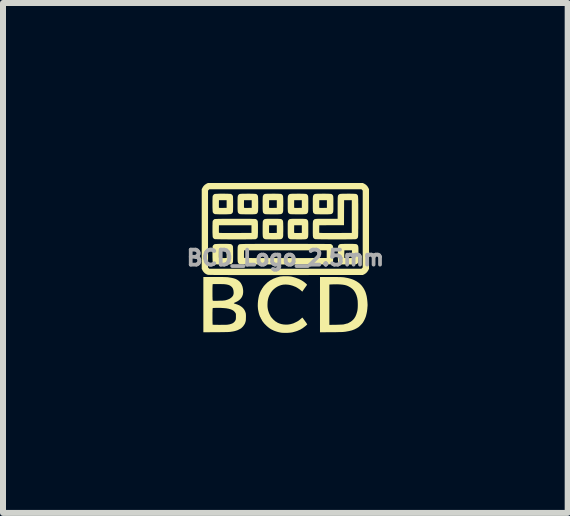
<source format=kicad_pcb>
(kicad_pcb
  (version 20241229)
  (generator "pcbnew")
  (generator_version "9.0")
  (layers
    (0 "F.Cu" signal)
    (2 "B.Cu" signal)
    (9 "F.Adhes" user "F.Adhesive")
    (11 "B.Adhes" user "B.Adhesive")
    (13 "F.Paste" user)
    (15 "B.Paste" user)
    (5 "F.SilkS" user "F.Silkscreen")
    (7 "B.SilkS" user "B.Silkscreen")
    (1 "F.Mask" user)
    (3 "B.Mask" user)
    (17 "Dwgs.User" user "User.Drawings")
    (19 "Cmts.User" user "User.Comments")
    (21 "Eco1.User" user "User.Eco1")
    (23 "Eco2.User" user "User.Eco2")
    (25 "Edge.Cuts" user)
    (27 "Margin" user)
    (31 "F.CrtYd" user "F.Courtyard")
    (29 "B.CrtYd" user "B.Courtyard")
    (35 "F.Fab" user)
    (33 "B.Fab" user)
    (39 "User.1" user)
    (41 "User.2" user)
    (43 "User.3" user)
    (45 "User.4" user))
  (footprint "BCD_Logo_2.5mm"
    (layer "F.Cu")
    (at 1.706 1.248)
    (property "Reference" "BCD_Logo_2.5mm" (at 0 0 0) (layer "F.Fab") (effects (font (size 0.25 0.25) (thickness 0.3))))
    (attr board_only exclude_from_pos_files exclude_from_bom)
    (fp_poly (pts (xy 1.314 -1.237) (xy 1.341 -1.22) (xy 1.364 -1.198) (xy 1.381 -1.171) (xy 1.382 -1.169) (xy 1.394 -1.146) (xy 1.394 0.183) (xy 1.382 0.206) (xy 1.365 0.232) (xy 1.343 0.255) (xy 1.316 0.273) (xy 1.314 0.274) (xy 1.291 0.285) (xy 0.007 0.286) (xy -0.111 0.286) (xy -0.222 0.286) (xy -0.327 0.286) (xy -0.425 0.286) (xy -0.516 0.286) (xy -0.602 0.286) (xy -0.681 0.286) (xy -0.755 0.286) (xy -0.823 0.286) (xy -0.885 0.286) (xy -0.943 0.286) (xy -0.995 0.285) (xy -1.042 0.285) (xy -1.085 0.285) (xy -1.123 0.285) (xy -1.156 0.285) (xy -1.186 0.285) (xy -1.211 0.284) (xy -1.233 0.284) (xy -1.251 0.284) (xy -1.266 0.283) (xy -1.277 0.283) (xy -1.285 0.283) (xy -1.29 0.282) (xy -1.293 0.282) (xy -1.32 0.271) (xy -1.344 0.255) (xy -1.365 0.233) (xy -1.382 0.207) (xy -1.382 0.205) (xy -1.394 0.183) (xy -1.394 0.159) (xy -1.289 0.159) (xy -1.267 0.181) (xy 1.267 0.181) (xy 1.289 0.159) (xy 1.289 -1.122) (xy 1.267 -1.144) (xy -1.267 -1.144) (xy -1.289 -1.122) (xy -1.289 0.159) (xy -1.394 0.159) (xy -1.394 -1.146) (xy -1.382 -1.169) (xy -1.365 -1.196) (xy -1.343 -1.218) (xy -1.316 -1.236) (xy -1.314 -1.237) (xy -1.291 -1.248) (xy 1.291 -1.248)) (stroke (width 0) (type solid)) (fill yes) (layer "F.SilkS"))
    (fp_poly (pts (xy -1.011 -1.07) (xy -0.984 -1.069) (xy -0.96 -1.069) (xy -0.939 -1.068) (xy -0.922 -1.067) (xy -0.91 -1.066) (xy -0.906 -1.065) (xy -0.89 -1.054) (xy -0.878 -1.038) (xy -0.875 -1.033) (xy -0.874 -1.027) (xy -0.873 -1.014) (xy -0.872 -0.997) (xy -0.872 -0.975) (xy -0.871 -0.951) (xy -0.871 -0.924) (xy -0.871 -0.897) (xy -0.871 -0.869) (xy -0.871 -0.843) (xy -0.872 -0.818) (xy -0.872 -0.797) (xy -0.873 -0.78) (xy -0.874 -0.768) (xy -0.875 -0.762) (xy -0.886 -0.745) (xy -0.901 -0.733) (xy -0.906 -0.731) (xy -0.913 -0.73) (xy -0.926 -0.729) (xy -0.944 -0.728) (xy -0.965 -0.727) (xy -0.99 -0.726) (xy -1.017 -0.726) (xy -1.045 -0.726) (xy -1.072 -0.726) (xy -1.099 -0.726) (xy -1.123 -0.727) (xy -1.145 -0.728) (xy -1.162 -0.728) (xy -1.174 -0.73) (xy -1.18 -0.731) (xy -1.197 -0.742) (xy -1.208 -0.758) (xy -1.21 -0.761) (xy -1.211 -0.768) (xy -1.212 -0.781) (xy -1.213 -0.799) (xy -1.214 -0.82) (xy -1.215 -0.845) (xy -1.215 -0.872) (xy -1.215 -0.881) (xy -1.108 -0.881) (xy -1.108 -0.863) (xy -1.108 -0.849) (xy -1.107 -0.84) (xy -1.107 -0.837) (xy -1.105 -0.835) (xy -1.099 -0.834) (xy -1.089 -0.833) (xy -1.075 -0.833) (xy -1.054 -0.833) (xy -1.042 -0.833) (xy -0.979 -0.834) (xy -0.979 -0.962) (xy -1.107 -0.962) (xy -1.108 -0.901) (xy -1.108 -0.881) (xy -1.215 -0.881) (xy -1.215 -0.9) (xy -1.215 -0.927) (xy -1.215 -0.954) (xy -1.214 -0.978) (xy -1.214 -0.999) (xy -1.213 -1.016) (xy -1.212 -1.028) (xy -1.211 -1.033) (xy -1.2 -1.05) (xy -1.185 -1.062) (xy -1.18 -1.065) (xy -1.173 -1.066) (xy -1.159 -1.067) (xy -1.141 -1.068) (xy -1.119 -1.069) (xy -1.094 -1.07) (xy -1.067 -1.07) (xy -1.039 -1.07)) (stroke (width 0) (type solid)) (fill yes) (layer "F.SilkS"))
    (fp_poly (pts (xy -1.011 -0.234) (xy -0.984 -0.234) (xy -0.96 -0.233) (xy -0.939 -0.232) (xy -0.922 -0.231) (xy -0.91 -0.23) (xy -0.906 -0.229) (xy -0.89 -0.218) (xy -0.878 -0.202) (xy -0.875 -0.197) (xy -0.874 -0.191) (xy -0.873 -0.178) (xy -0.872 -0.161) (xy -0.872 -0.139) (xy -0.871 -0.115) (xy -0.871 -0.088) (xy -0.871 -0.061) (xy -0.871 -0.033) (xy -0.871 -0.007) (xy -0.872 0.017) (xy -0.872 0.039) (xy -0.873 0.056) (xy -0.874 0.068) (xy -0.875 0.073) (xy -0.886 0.09) (xy -0.901 0.102) (xy -0.906 0.105) (xy -0.913 0.106) (xy -0.926 0.107) (xy -0.944 0.108) (xy -0.965 0.109) (xy -0.99 0.109) (xy -1.017 0.11) (xy -1.045 0.11) (xy -1.072 0.11) (xy -1.099 0.109) (xy -1.123 0.109) (xy -1.145 0.108) (xy -1.162 0.107) (xy -1.174 0.106) (xy -1.18 0.105) (xy -1.197 0.094) (xy -1.208 0.078) (xy -1.21 0.075) (xy -1.211 0.068) (xy -1.212 0.055) (xy -1.213 0.037) (xy -1.214 0.015) (xy -1.215 -0.009) (xy -1.215 -0.036) (xy -1.215 -0.045) (xy -1.108 -0.045) (xy -1.108 -0.028) (xy -1.108 -0.013) (xy -1.107 -0.004) (xy -1.107 -0.001) (xy -1.105 0.001) (xy -1.099 0.002) (xy -1.089 0.003) (xy -1.075 0.003) (xy -1.054 0.003) (xy -1.042 0.003) (xy -0.979 0.002) (xy -0.979 -0.126) (xy -1.107 -0.126) (xy -1.108 -0.066) (xy -1.108 -0.045) (xy -1.215 -0.045) (xy -1.215 -0.064) (xy -1.215 -0.092) (xy -1.215 -0.118) (xy -1.214 -0.142) (xy -1.214 -0.164) (xy -1.213 -0.181) (xy -1.212 -0.192) (xy -1.211 -0.197) (xy -1.2 -0.214) (xy -1.185 -0.226) (xy -1.18 -0.229) (xy -1.173 -0.23) (xy -1.159 -0.231) (xy -1.141 -0.232) (xy -1.119 -0.233) (xy -1.094 -0.234) (xy -1.067 -0.234) (xy -1.039 -0.234)) (stroke (width 0) (type solid)) (fill yes) (layer "F.SilkS"))
    (fp_poly (pts (xy -0.59 -1.07) (xy -0.561 -1.069) (xy -0.538 -1.069) (xy -0.519 -1.068) (xy -0.505 -1.067) (xy -0.494 -1.066) (xy -0.486 -1.064) (xy -0.48 -1.061) (xy -0.475 -1.057) (xy -0.471 -1.053) (xy -0.469 -1.051) (xy -0.465 -1.046) (xy -0.462 -1.042) (xy -0.459 -1.036) (xy -0.457 -1.028) (xy -0.456 -1.019) (xy -0.455 -1.006) (xy -0.454 -0.989) (xy -0.454 -0.968) (xy -0.453 -0.941) (xy -0.453 -0.909) (xy -0.453 -0.898) (xy -0.453 -0.863) (xy -0.453 -0.835) (xy -0.454 -0.812) (xy -0.454 -0.794) (xy -0.455 -0.78) (xy -0.457 -0.77) (xy -0.459 -0.762) (xy -0.461 -0.756) (xy -0.464 -0.751) (xy -0.468 -0.746) (xy -0.469 -0.744) (xy -0.473 -0.74) (xy -0.478 -0.736) (xy -0.483 -0.733) (xy -0.491 -0.731) (xy -0.5 -0.729) (xy -0.513 -0.728) (xy -0.529 -0.727) (xy -0.551 -0.726) (xy -0.577 -0.726) (xy -0.61 -0.726) (xy -0.626 -0.726) (xy -0.664 -0.726) (xy -0.696 -0.727) (xy -0.721 -0.727) (xy -0.739 -0.728) (xy -0.753 -0.729) (xy -0.76 -0.73) (xy -0.762 -0.731) (xy -0.772 -0.737) (xy -0.779 -0.742) (xy -0.784 -0.746) (xy -0.787 -0.751) (xy -0.79 -0.757) (xy -0.792 -0.764) (xy -0.794 -0.774) (xy -0.795 -0.787) (xy -0.796 -0.804) (xy -0.797 -0.825) (xy -0.797 -0.852) (xy -0.797 -0.881) (xy -0.69 -0.881) (xy -0.69 -0.863) (xy -0.69 -0.849) (xy -0.689 -0.84) (xy -0.689 -0.837) (xy -0.687 -0.835) (xy -0.681 -0.834) (xy -0.672 -0.833) (xy -0.657 -0.833) (xy -0.636 -0.833) (xy -0.624 -0.833) (xy -0.561 -0.834) (xy -0.561 -0.962) (xy -0.689 -0.962) (xy -0.69 -0.901) (xy -0.69 -0.881) (xy -0.797 -0.881) (xy -0.797 -0.886) (xy -0.797 -0.898) (xy -0.797 -0.933) (xy -0.797 -0.961) (xy -0.796 -0.984) (xy -0.796 -1.002) (xy -0.795 -1.015) (xy -0.793 -1.026) (xy -0.792 -1.034) (xy -0.789 -1.04) (xy -0.786 -1.045) (xy -0.782 -1.05) (xy -0.781 -1.051) (xy -0.777 -1.056) (xy -0.772 -1.06) (xy -0.767 -1.063) (xy -0.759 -1.065) (xy -0.75 -1.067) (xy -0.737 -1.068) (xy -0.72 -1.069) (xy -0.699 -1.069) (xy -0.672 -1.069) (xy -0.639 -1.07) (xy -0.625 -1.07)) (stroke (width 0) (type solid)) (fill yes) (layer "F.SilkS"))
    (fp_poly (pts (xy -0.172 -1.07) (xy -0.143 -1.069) (xy -0.12 -1.069) (xy -0.101 -1.068) (xy -0.087 -1.067) (xy -0.076 -1.066) (xy -0.068 -1.064) (xy -0.062 -1.061) (xy -0.057 -1.057) (xy -0.053 -1.053) (xy -0.051 -1.051) (xy -0.047 -1.046) (xy -0.044 -1.042) (xy -0.041 -1.036) (xy -0.039 -1.028) (xy -0.038 -1.019) (xy -0.037 -1.006) (xy -0.036 -0.989) (xy -0.036 -0.968) (xy -0.035 -0.941) (xy -0.035 -0.909) (xy -0.035 -0.898) (xy -0.035 -0.863) (xy -0.036 -0.835) (xy -0.036 -0.812) (xy -0.036 -0.794) (xy -0.037 -0.78) (xy -0.039 -0.77) (xy -0.041 -0.762) (xy -0.043 -0.756) (xy -0.046 -0.751) (xy -0.05 -0.746) (xy -0.051 -0.744) (xy -0.055 -0.74) (xy -0.06 -0.736) (xy -0.066 -0.733) (xy -0.073 -0.731) (xy -0.082 -0.729) (xy -0.095 -0.728) (xy -0.112 -0.727) (xy -0.133 -0.726) (xy -0.159 -0.726) (xy -0.192 -0.726) (xy -0.208 -0.726) (xy -0.247 -0.726) (xy -0.278 -0.727) (xy -0.303 -0.727) (xy -0.321 -0.728) (xy -0.335 -0.729) (xy -0.342 -0.73) (xy -0.344 -0.731) (xy -0.354 -0.737) (xy -0.361 -0.742) (xy -0.366 -0.746) (xy -0.369 -0.751) (xy -0.372 -0.757) (xy -0.374 -0.764) (xy -0.376 -0.774) (xy -0.377 -0.787) (xy -0.378 -0.804) (xy -0.379 -0.825) (xy -0.379 -0.852) (xy -0.379 -0.881) (xy -0.272 -0.881) (xy -0.272 -0.863) (xy -0.272 -0.849) (xy -0.272 -0.84) (xy -0.271 -0.837) (xy -0.269 -0.835) (xy -0.263 -0.834) (xy -0.254 -0.833) (xy -0.239 -0.833) (xy -0.218 -0.833) (xy -0.206 -0.833) (xy -0.143 -0.834) (xy -0.143 -0.962) (xy -0.271 -0.962) (xy -0.272 -0.901) (xy -0.272 -0.881) (xy -0.379 -0.881) (xy -0.379 -0.886) (xy -0.379 -0.898) (xy -0.379 -0.933) (xy -0.379 -0.961) (xy -0.378 -0.984) (xy -0.378 -1.002) (xy -0.377 -1.015) (xy -0.376 -1.026) (xy -0.374 -1.034) (xy -0.371 -1.04) (xy -0.368 -1.045) (xy -0.364 -1.05) (xy -0.363 -1.051) (xy -0.359 -1.056) (xy -0.354 -1.06) (xy -0.349 -1.063) (xy -0.341 -1.065) (xy -0.332 -1.067) (xy -0.319 -1.068) (xy -0.302 -1.069) (xy -0.281 -1.069) (xy -0.254 -1.069) (xy -0.221 -1.07) (xy -0.207 -1.07)) (stroke (width 0) (type solid)) (fill yes) (layer "F.SilkS"))
    (fp_poly (pts (xy -0.172 -0.652) (xy -0.143 -0.651) (xy -0.12 -0.651) (xy -0.101 -0.65) (xy -0.087 -0.649) (xy -0.076 -0.648) (xy -0.068 -0.646) (xy -0.062 -0.643) (xy -0.057 -0.639) (xy -0.053 -0.635) (xy -0.051 -0.633) (xy -0.047 -0.629) (xy -0.044 -0.624) (xy -0.041 -0.618) (xy -0.039 -0.611) (xy -0.038 -0.601) (xy -0.037 -0.588) (xy -0.036 -0.571) (xy -0.036 -0.55) (xy -0.035 -0.524) (xy -0.035 -0.491) (xy -0.035 -0.48) (xy -0.035 -0.445) (xy -0.036 -0.417) (xy -0.036 -0.394) (xy -0.036 -0.376) (xy -0.037 -0.362) (xy -0.039 -0.352) (xy -0.041 -0.344) (xy -0.043 -0.338) (xy -0.046 -0.333) (xy -0.05 -0.328) (xy -0.051 -0.326) (xy -0.055 -0.322) (xy -0.06 -0.318) (xy -0.066 -0.315) (xy -0.073 -0.313) (xy -0.082 -0.311) (xy -0.095 -0.31) (xy -0.112 -0.309) (xy -0.133 -0.309) (xy -0.159 -0.308) (xy -0.192 -0.308) (xy -0.208 -0.308) (xy -0.247 -0.309) (xy -0.278 -0.309) (xy -0.303 -0.309) (xy -0.321 -0.31) (xy -0.335 -0.311) (xy -0.342 -0.312) (xy -0.344 -0.313) (xy -0.354 -0.319) (xy -0.361 -0.324) (xy -0.366 -0.328) (xy -0.369 -0.333) (xy -0.372 -0.339) (xy -0.374 -0.346) (xy -0.376 -0.356) (xy -0.377 -0.369) (xy -0.378 -0.386) (xy -0.379 -0.408) (xy -0.379 -0.435) (xy -0.379 -0.463) (xy -0.272 -0.463) (xy -0.272 -0.446) (xy -0.272 -0.431) (xy -0.272 -0.422) (xy -0.271 -0.419) (xy -0.269 -0.417) (xy -0.263 -0.416) (xy -0.254 -0.415) (xy -0.239 -0.415) (xy -0.218 -0.415) (xy -0.206 -0.415) (xy -0.143 -0.416) (xy -0.143 -0.544) (xy -0.271 -0.544) (xy -0.272 -0.484) (xy -0.272 -0.463) (xy -0.379 -0.463) (xy -0.379 -0.468) (xy -0.379 -0.48) (xy -0.379 -0.515) (xy -0.379 -0.543) (xy -0.378 -0.566) (xy -0.378 -0.584) (xy -0.377 -0.598) (xy -0.376 -0.608) (xy -0.374 -0.616) (xy -0.371 -0.622) (xy -0.368 -0.627) (xy -0.364 -0.632) (xy -0.363 -0.633) (xy -0.359 -0.638) (xy -0.354 -0.642) (xy -0.349 -0.645) (xy -0.341 -0.647) (xy -0.332 -0.649) (xy -0.319 -0.65) (xy -0.302 -0.651) (xy -0.281 -0.651) (xy -0.254 -0.652) (xy -0.221 -0.652) (xy -0.207 -0.652)) (stroke (width 0) (type solid)) (fill yes) (layer "F.SilkS"))
    (fp_poly (pts (xy 0.246 -1.07) (xy 0.275 -1.069) (xy 0.298 -1.069) (xy 0.317 -1.068) (xy 0.331 -1.067) (xy 0.342 -1.066) (xy 0.35 -1.064) (xy 0.356 -1.061) (xy 0.361 -1.057) (xy 0.365 -1.053) (xy 0.367 -1.051) (xy 0.371 -1.046) (xy 0.374 -1.042) (xy 0.377 -1.036) (xy 0.379 -1.028) (xy 0.38 -1.019) (xy 0.381 -1.006) (xy 0.382 -0.989) (xy 0.382 -0.968) (xy 0.382 -0.941) (xy 0.382 -0.909) (xy 0.382 -0.898) (xy 0.382 -0.863) (xy 0.382 -0.835) (xy 0.382 -0.812) (xy 0.381 -0.794) (xy 0.38 -0.78) (xy 0.379 -0.77) (xy 0.377 -0.762) (xy 0.375 -0.756) (xy 0.372 -0.751) (xy 0.368 -0.746) (xy 0.367 -0.744) (xy 0.362 -0.74) (xy 0.358 -0.736) (xy 0.352 -0.733) (xy 0.345 -0.731) (xy 0.336 -0.729) (xy 0.323 -0.728) (xy 0.306 -0.727) (xy 0.285 -0.726) (xy 0.259 -0.726) (xy 0.226 -0.726) (xy 0.209 -0.726) (xy 0.171 -0.726) (xy 0.14 -0.727) (xy 0.115 -0.727) (xy 0.096 -0.728) (xy 0.083 -0.729) (xy 0.076 -0.73) (xy 0.074 -0.731) (xy 0.064 -0.737) (xy 0.057 -0.742) (xy 0.052 -0.746) (xy 0.049 -0.751) (xy 0.046 -0.757) (xy 0.043 -0.764) (xy 0.042 -0.774) (xy 0.041 -0.787) (xy 0.04 -0.804) (xy 0.039 -0.825) (xy 0.039 -0.852) (xy 0.039 -0.881) (xy 0.146 -0.881) (xy 0.146 -0.863) (xy 0.146 -0.849) (xy 0.146 -0.84) (xy 0.147 -0.837) (xy 0.149 -0.835) (xy 0.154 -0.834) (xy 0.164 -0.833) (xy 0.179 -0.833) (xy 0.2 -0.833) (xy 0.212 -0.833) (xy 0.274 -0.834) (xy 0.274 -0.962) (xy 0.147 -0.962) (xy 0.146 -0.901) (xy 0.146 -0.881) (xy 0.039 -0.881) (xy 0.039 -0.886) (xy 0.039 -0.898) (xy 0.039 -0.933) (xy 0.039 -0.961) (xy 0.039 -0.984) (xy 0.04 -1.002) (xy 0.041 -1.015) (xy 0.042 -1.026) (xy 0.044 -1.034) (xy 0.047 -1.04) (xy 0.05 -1.045) (xy 0.053 -1.05) (xy 0.055 -1.051) (xy 0.059 -1.056) (xy 0.064 -1.06) (xy 0.069 -1.063) (xy 0.076 -1.065) (xy 0.086 -1.067) (xy 0.099 -1.068) (xy 0.116 -1.069) (xy 0.137 -1.069) (xy 0.164 -1.069) (xy 0.197 -1.07) (xy 0.211 -1.07)) (stroke (width 0) (type solid)) (fill yes) (layer "F.SilkS"))
    (fp_poly (pts (xy 0.246 -0.652) (xy 0.275 -0.651) (xy 0.298 -0.651) (xy 0.317 -0.65) (xy 0.331 -0.649) (xy 0.342 -0.648) (xy 0.35 -0.646) (xy 0.356 -0.643) (xy 0.361 -0.639) (xy 0.365 -0.635) (xy 0.367 -0.633) (xy 0.371 -0.629) (xy 0.374 -0.624) (xy 0.377 -0.618) (xy 0.379 -0.611) (xy 0.38 -0.601) (xy 0.381 -0.588) (xy 0.382 -0.571) (xy 0.382 -0.55) (xy 0.382 -0.524) (xy 0.382 -0.491) (xy 0.382 -0.48) (xy 0.382 -0.445) (xy 0.382 -0.417) (xy 0.382 -0.394) (xy 0.381 -0.376) (xy 0.38 -0.362) (xy 0.379 -0.352) (xy 0.377 -0.344) (xy 0.375 -0.338) (xy 0.372 -0.333) (xy 0.368 -0.328) (xy 0.367 -0.326) (xy 0.362 -0.322) (xy 0.358 -0.318) (xy 0.352 -0.315) (xy 0.345 -0.313) (xy 0.336 -0.311) (xy 0.323 -0.31) (xy 0.306 -0.309) (xy 0.285 -0.309) (xy 0.259 -0.308) (xy 0.226 -0.308) (xy 0.209 -0.308) (xy 0.171 -0.309) (xy 0.14 -0.309) (xy 0.115 -0.309) (xy 0.096 -0.31) (xy 0.083 -0.311) (xy 0.076 -0.312) (xy 0.074 -0.313) (xy 0.064 -0.319) (xy 0.057 -0.324) (xy 0.052 -0.328) (xy 0.049 -0.333) (xy 0.046 -0.339) (xy 0.043 -0.346) (xy 0.042 -0.356) (xy 0.041 -0.369) (xy 0.04 -0.386) (xy 0.039 -0.408) (xy 0.039 -0.435) (xy 0.039 -0.463) (xy 0.146 -0.463) (xy 0.146 -0.446) (xy 0.146 -0.431) (xy 0.146 -0.422) (xy 0.147 -0.419) (xy 0.149 -0.417) (xy 0.154 -0.416) (xy 0.164 -0.415) (xy 0.179 -0.415) (xy 0.2 -0.415) (xy 0.212 -0.415) (xy 0.274 -0.416) (xy 0.274 -0.544) (xy 0.147 -0.544) (xy 0.146 -0.484) (xy 0.146 -0.463) (xy 0.039 -0.463) (xy 0.039 -0.468) (xy 0.039 -0.48) (xy 0.039 -0.515) (xy 0.039 -0.543) (xy 0.039 -0.566) (xy 0.04 -0.584) (xy 0.041 -0.598) (xy 0.042 -0.608) (xy 0.044 -0.616) (xy 0.047 -0.622) (xy 0.05 -0.627) (xy 0.053 -0.632) (xy 0.055 -0.633) (xy 0.059 -0.638) (xy 0.064 -0.642) (xy 0.069 -0.645) (xy 0.076 -0.647) (xy 0.086 -0.649) (xy 0.099 -0.65) (xy 0.116 -0.651) (xy 0.137 -0.651) (xy 0.164 -0.652) (xy 0.197 -0.652) (xy 0.211 -0.652)) (stroke (width 0) (type solid)) (fill yes) (layer "F.SilkS"))
    (fp_poly (pts (xy 0.664 -1.07) (xy 0.693 -1.069) (xy 0.716 -1.069) (xy 0.735 -1.068) (xy 0.749 -1.067) (xy 0.76 -1.066) (xy 0.768 -1.064) (xy 0.774 -1.061) (xy 0.779 -1.057) (xy 0.783 -1.053) (xy 0.785 -1.051) (xy 0.789 -1.046) (xy 0.792 -1.042) (xy 0.795 -1.036) (xy 0.797 -1.028) (xy 0.798 -1.019) (xy 0.799 -1.006) (xy 0.8 -0.989) (xy 0.8 -0.968) (xy 0.8 -0.941) (xy 0.8 -0.909) (xy 0.8 -0.898) (xy 0.8 -0.863) (xy 0.8 -0.835) (xy 0.8 -0.812) (xy 0.799 -0.794) (xy 0.798 -0.78) (xy 0.797 -0.77) (xy 0.795 -0.762) (xy 0.793 -0.756) (xy 0.79 -0.751) (xy 0.786 -0.746) (xy 0.785 -0.744) (xy 0.78 -0.74) (xy 0.776 -0.736) (xy 0.77 -0.733) (xy 0.763 -0.731) (xy 0.754 -0.729) (xy 0.741 -0.728) (xy 0.724 -0.727) (xy 0.703 -0.726) (xy 0.677 -0.726) (xy 0.644 -0.726) (xy 0.627 -0.726) (xy 0.589 -0.726) (xy 0.558 -0.727) (xy 0.533 -0.727) (xy 0.514 -0.728) (xy 0.501 -0.729) (xy 0.493 -0.73) (xy 0.492 -0.731) (xy 0.482 -0.737) (xy 0.475 -0.742) (xy 0.47 -0.746) (xy 0.466 -0.751) (xy 0.464 -0.757) (xy 0.461 -0.764) (xy 0.46 -0.774) (xy 0.458 -0.787) (xy 0.458 -0.804) (xy 0.457 -0.825) (xy 0.457 -0.852) (xy 0.457 -0.881) (xy 0.564 -0.881) (xy 0.564 -0.863) (xy 0.564 -0.849) (xy 0.564 -0.84) (xy 0.565 -0.837) (xy 0.567 -0.835) (xy 0.572 -0.834) (xy 0.582 -0.833) (xy 0.597 -0.833) (xy 0.617 -0.833) (xy 0.629 -0.833) (xy 0.692 -0.834) (xy 0.692 -0.962) (xy 0.565 -0.962) (xy 0.564 -0.901) (xy 0.564 -0.881) (xy 0.457 -0.881) (xy 0.457 -0.886) (xy 0.457 -0.898) (xy 0.457 -0.933) (xy 0.457 -0.961) (xy 0.457 -0.984) (xy 0.458 -1.002) (xy 0.459 -1.015) (xy 0.46 -1.026) (xy 0.462 -1.034) (xy 0.464 -1.04) (xy 0.468 -1.045) (xy 0.471 -1.05) (xy 0.473 -1.051) (xy 0.477 -1.056) (xy 0.482 -1.06) (xy 0.487 -1.063) (xy 0.494 -1.065) (xy 0.504 -1.067) (xy 0.517 -1.068) (xy 0.534 -1.069) (xy 0.555 -1.069) (xy 0.582 -1.069) (xy 0.615 -1.07) (xy 0.629 -1.07)) (stroke (width 0) (type solid)) (fill yes) (layer "F.SilkS"))
    (fp_poly (pts (xy 1.082 -0.234) (xy 1.111 -0.234) (xy 1.134 -0.233) (xy 1.152 -0.232) (xy 1.167 -0.231) (xy 1.177 -0.23) (xy 1.186 -0.228) (xy 1.192 -0.225) (xy 1.197 -0.222) (xy 1.201 -0.217) (xy 1.203 -0.215) (xy 1.207 -0.211) (xy 1.21 -0.206) (xy 1.212 -0.2) (xy 1.214 -0.193) (xy 1.216 -0.183) (xy 1.217 -0.17) (xy 1.218 -0.154) (xy 1.218 -0.132) (xy 1.218 -0.106) (xy 1.218 -0.073) (xy 1.218 -0.062) (xy 1.218 -0.027) (xy 1.218 0.001) (xy 1.218 0.024) (xy 1.217 0.042) (xy 1.216 0.056) (xy 1.215 0.066) (xy 1.213 0.074) (xy 1.211 0.08) (xy 1.208 0.085) (xy 1.204 0.09) (xy 1.203 0.092) (xy 1.198 0.096) (xy 1.194 0.1) (xy 1.188 0.103) (xy 1.181 0.105) (xy 1.171 0.107) (xy 1.159 0.108) (xy 1.142 0.109) (xy 1.121 0.109) (xy 1.095 0.11) (xy 1.062 0.11) (xy 1.045 0.11) (xy 1.007 0.109) (xy 0.976 0.109) (xy 0.951 0.108) (xy 0.932 0.108) (xy 0.919 0.107) (xy 0.911 0.106) (xy 0.91 0.105) (xy 0.9 0.099) (xy 0.892 0.094) (xy 0.888 0.09) (xy 0.884 0.085) (xy 0.881 0.079) (xy 0.879 0.072) (xy 0.878 0.062) (xy 0.876 0.049) (xy 0.876 0.032) (xy 0.875 0.01) (xy 0.875 -0.017) (xy 0.875 -0.045) (xy 0.982 -0.045) (xy 0.982 -0.028) (xy 0.982 -0.013) (xy 0.982 -0.004) (xy 0.983 -0.001) (xy 0.985 0.001) (xy 0.99 0.002) (xy 1 0.003) (xy 1.015 0.003) (xy 1.035 0.003) (xy 1.047 0.003) (xy 1.11 0.002) (xy 1.11 -0.126) (xy 0.983 -0.126) (xy 0.982 -0.066) (xy 0.982 -0.045) (xy 0.875 -0.045) (xy 0.875 -0.05) (xy 0.875 -0.062) (xy 0.875 -0.097) (xy 0.875 -0.125) (xy 0.875 -0.148) (xy 0.876 -0.166) (xy 0.877 -0.18) (xy 0.878 -0.19) (xy 0.88 -0.198) (xy 0.882 -0.204) (xy 0.885 -0.209) (xy 0.889 -0.214) (xy 0.89 -0.215) (xy 0.895 -0.22) (xy 0.899 -0.224) (xy 0.905 -0.227) (xy 0.912 -0.229) (xy 0.922 -0.231) (xy 0.935 -0.232) (xy 0.952 -0.233) (xy 0.973 -0.233) (xy 1 -0.234) (xy 1.032 -0.234) (xy 1.047 -0.234)) (stroke (width 0) (type solid)) (fill yes) (layer "F.SilkS"))
    (fp_poly (pts (xy -0.775 -0.652) (xy -0.733 -0.652) (xy -0.692 -0.652) (xy -0.653 -0.651) (xy -0.617 -0.651) (xy -0.585 -0.651) (xy -0.556 -0.65) (xy -0.532 -0.649) (xy -0.513 -0.649) (xy -0.499 -0.648) (xy -0.492 -0.647) (xy -0.492 -0.647) (xy -0.476 -0.636) (xy -0.464 -0.62) (xy -0.461 -0.615) (xy -0.46 -0.608) (xy -0.459 -0.596) (xy -0.458 -0.578) (xy -0.457 -0.556) (xy -0.457 -0.531) (xy -0.457 -0.504) (xy -0.457 -0.477) (xy -0.457 -0.449) (xy -0.457 -0.423) (xy -0.458 -0.398) (xy -0.459 -0.377) (xy -0.46 -0.36) (xy -0.461 -0.348) (xy -0.462 -0.343) (xy -0.472 -0.327) (xy -0.488 -0.315) (xy -0.493 -0.312) (xy -0.499 -0.312) (xy -0.51 -0.311) (xy -0.528 -0.31) (xy -0.551 -0.31) (xy -0.578 -0.309) (xy -0.61 -0.309) (xy -0.645 -0.309) (xy -0.683 -0.308) (xy -0.723 -0.308) (xy -0.764 -0.308) (xy -0.807 -0.308) (xy -0.85 -0.308) (xy -0.893 -0.308) (xy -0.935 -0.308) (xy -0.976 -0.309) (xy -1.015 -0.309) (xy -1.051 -0.309) (xy -1.084 -0.31) (xy -1.113 -0.31) (xy -1.137 -0.311) (xy -1.157 -0.311) (xy -1.171 -0.312) (xy -1.179 -0.313) (xy -1.18 -0.313) (xy -1.197 -0.324) (xy -1.208 -0.34) (xy -1.21 -0.343) (xy -1.211 -0.35) (xy -1.212 -0.363) (xy -1.213 -0.381) (xy -1.214 -0.403) (xy -1.215 -0.427) (xy -1.215 -0.446) (xy -1.108 -0.446) (xy -1.108 -0.431) (xy -1.107 -0.422) (xy -1.107 -0.419) (xy -1.105 -0.418) (xy -1.101 -0.417) (xy -1.094 -0.417) (xy -1.084 -0.416) (xy -1.069 -0.416) (xy -1.051 -0.415) (xy -1.028 -0.415) (xy -0.999 -0.415) (xy -0.966 -0.415) (xy -0.926 -0.415) (xy -0.88 -0.415) (xy -0.835 -0.415) (xy -0.565 -0.416) (xy -0.565 -0.544) (xy -1.107 -0.544) (xy -1.108 -0.484) (xy -1.108 -0.463) (xy -1.108 -0.446) (xy -1.215 -0.446) (xy -1.215 -0.454) (xy -1.215 -0.482) (xy -1.215 -0.509) (xy -1.215 -0.536) (xy -1.214 -0.56) (xy -1.214 -0.581) (xy -1.213 -0.598) (xy -1.212 -0.61) (xy -1.211 -0.615) (xy -1.2 -0.632) (xy -1.185 -0.644) (xy -1.18 -0.647) (xy -1.174 -0.648) (xy -1.162 -0.648) (xy -1.144 -0.649) (xy -1.12 -0.65) (xy -1.092 -0.65) (xy -1.06 -0.651) (xy -1.025 -0.651) (xy -0.987 -0.652) (xy -0.946 -0.652) (xy -0.904 -0.652) (xy -0.861 -0.652) (xy -0.818 -0.652)) (stroke (width 0) (type solid)) (fill yes) (layer "F.SilkS"))
    (fp_poly (pts (xy 0.803 0.319) (xy 0.841 0.319) (xy 0.873 0.319) (xy 0.9 0.32) (xy 0.923 0.32) (xy 0.942 0.321) (xy 0.957 0.322) (xy 0.97 0.323) (xy 0.979 0.324) (xy 1.039 0.335) (xy 1.094 0.35) (xy 1.144 0.369) (xy 1.188 0.392) (xy 1.227 0.419) (xy 1.261 0.45) (xy 1.28 0.473) (xy 1.302 0.504) (xy 1.319 0.535) (xy 1.334 0.567) (xy 1.345 0.602) (xy 1.355 0.64) (xy 1.362 0.684) (xy 1.366 0.72) (xy 1.368 0.744) (xy 1.369 0.762) (xy 1.37 0.777) (xy 1.37 0.792) (xy 1.369 0.808) (xy 1.367 0.827) (xy 1.366 0.844) (xy 1.363 0.872) (xy 1.36 0.895) (xy 1.356 0.915) (xy 1.352 0.934) (xy 1.347 0.953) (xy 1.344 0.967) (xy 1.334 0.995) (xy 1.321 1.025) (xy 1.306 1.054) (xy 1.293 1.076) (xy 1.285 1.087) (xy 1.274 1.1) (xy 1.261 1.114) (xy 1.247 1.128) (xy 1.234 1.141) (xy 1.223 1.15) (xy 1.216 1.156) (xy 1.209 1.16) (xy 1.199 1.166) (xy 1.188 1.173) (xy 1.151 1.192) (xy 1.108 1.208) (xy 1.059 1.22) (xy 1.004 1.23) (xy 0.997 1.231) (xy 0.985 1.232) (xy 0.97 1.234) (xy 0.953 1.235) (xy 0.932 1.236) (xy 0.906 1.236) (xy 0.876 1.237) (xy 0.841 1.238) (xy 0.799 1.238) (xy 0.766 1.238) (xy 0.577 1.24) (xy 0.577 1.116) (xy 0.733 1.116) (xy 0.84 1.115) (xy 0.869 1.114) (xy 0.897 1.113) (xy 0.921 1.112) (xy 0.942 1.111) (xy 0.958 1.11) (xy 0.968 1.109) (xy 0.969 1.109) (xy 0.984 1.105) (xy 0.999 1.102) (xy 1.006 1.099) (xy 1.017 1.096) (xy 1.025 1.095) (xy 1.027 1.094) (xy 1.034 1.093) (xy 1.045 1.088) (xy 1.059 1.081) (xy 1.074 1.072) (xy 1.089 1.064) (xy 1.101 1.055) (xy 1.101 1.055) (xy 1.127 1.033) (xy 1.149 1.007) (xy 1.168 0.976) (xy 1.183 0.94) (xy 1.196 0.897) (xy 1.197 0.892) (xy 1.201 0.874) (xy 1.204 0.851) (xy 1.206 0.824) (xy 1.207 0.795) (xy 1.207 0.766) (xy 1.206 0.739) (xy 1.205 0.715) (xy 1.205 0.715) (xy 1.197 0.665) (xy 1.184 0.621) (xy 1.166 0.581) (xy 1.144 0.546) (xy 1.116 0.516) (xy 1.082 0.491) (xy 1.044 0.47) (xy 1.022 0.461) (xy 0.991 0.452) (xy 0.954 0.446) (xy 0.91 0.442) (xy 0.861 0.44) (xy 0.805 0.441) (xy 0.796 0.441) (xy 0.733 0.444) (xy 0.733 1.116) (xy 0.577 1.116) (xy 0.577 0.319) (xy 0.759 0.319)) (stroke (width 0) (type solid)) (fill yes) (layer "F.SilkS"))
    (fp_poly (pts (xy -0.163 -0.234) (xy -0.082 -0.234) (xy 0.000266 -0.234) (xy 0.091 -0.234) (xy 0.175 -0.234) (xy 0.252 -0.234) (xy 0.323 -0.234) (xy 0.387 -0.233) (xy 0.446 -0.233) (xy 0.499 -0.233) (xy 0.546 -0.233) (xy 0.588 -0.233) (xy 0.624 -0.233) (xy 0.656 -0.232) (xy 0.683 -0.232) (xy 0.706 -0.232) (xy 0.725 -0.231) (xy 0.739 -0.231) (xy 0.749 -0.231) (xy 0.756 -0.23) (xy 0.76 -0.23) (xy 0.76 -0.23) (xy 0.777 -0.219) (xy 0.789 -0.204) (xy 0.792 -0.199) (xy 0.793 -0.192) (xy 0.795 -0.178) (xy 0.796 -0.16) (xy 0.796 -0.138) (xy 0.797 -0.113) (xy 0.797 -0.086) (xy 0.797 -0.058) (xy 0.797 -0.03) (xy 0.797 -0.003) (xy 0.796 0.021) (xy 0.795 0.042) (xy 0.794 0.059) (xy 0.793 0.071) (xy 0.792 0.075) (xy 0.781 0.091) (xy 0.766 0.103) (xy 0.76 0.106) (xy 0.756 0.106) (xy 0.744 0.107) (xy 0.727 0.107) (xy 0.703 0.107) (xy 0.674 0.108) (xy 0.64 0.108) (xy 0.601 0.108) (xy 0.558 0.109) (xy 0.511 0.109) (xy 0.461 0.109) (xy 0.407 0.109) (xy 0.351 0.11) (xy 0.293 0.11) (xy 0.232 0.11) (xy 0.171 0.11) (xy 0.108 0.11) (xy 0.044 0.11) (xy -0.02 0.11) (xy -0.083 0.11) (xy -0.147 0.11) (xy -0.209 0.11) (xy -0.27 0.109) (xy -0.329 0.109) (xy -0.386 0.109) (xy -0.441 0.109) (xy -0.493 0.109) (xy -0.541 0.108) (xy -0.586 0.108) (xy -0.626 0.108) (xy -0.662 0.107) (xy -0.694 0.107) (xy -0.719 0.107) (xy -0.739 0.106) (xy -0.753 0.106) (xy -0.761 0.105) (xy -0.762 0.105) (xy -0.772 0.099) (xy -0.779 0.094) (xy -0.784 0.09) (xy -0.787 0.085) (xy -0.79 0.079) (xy -0.792 0.072) (xy -0.794 0.062) (xy -0.795 0.049) (xy -0.796 0.032) (xy -0.797 0.01) (xy -0.797 -0.017) (xy -0.797 -0.028) (xy -0.69 -0.028) (xy -0.69 -0.013) (xy -0.689 -0.004) (xy -0.689 -0.001) (xy -0.688 -0.000448) (xy -0.684 0.000062) (xy -0.678 0.001) (xy -0.668 0.001) (xy -0.656 0.001) (xy -0.64 0.002) (xy -0.621 0.002) (xy -0.597 0.002) (xy -0.57 0.002) (xy -0.538 0.003) (xy -0.501 0.003) (xy -0.459 0.003) (xy -0.412 0.003) (xy -0.36 0.003) (xy -0.302 0.003) (xy -0.237 0.003) (xy -0.167 0.003) (xy -0.09 0.003) (xy -0.006 0.003) (xy 0.001 0.003) (xy 0.689 0.002) (xy 0.689 -0.126) (xy -0.689 -0.126) (xy -0.69 -0.066) (xy -0.69 -0.045) (xy -0.69 -0.028) (xy -0.797 -0.028) (xy -0.797 -0.05) (xy -0.797 -0.062) (xy -0.797 -0.097) (xy -0.797 -0.125) (xy -0.796 -0.148) (xy -0.796 -0.166) (xy -0.795 -0.18) (xy -0.793 -0.19) (xy -0.792 -0.198) (xy -0.789 -0.204) (xy -0.786 -0.209) (xy -0.782 -0.214) (xy -0.781 -0.215) (xy -0.779 -0.218) (xy -0.778 -0.219) (xy -0.777 -0.221) (xy -0.775 -0.223) (xy -0.772 -0.224) (xy -0.769 -0.226) (xy -0.765 -0.227) (xy -0.759 -0.228) (xy -0.751 -0.229) (xy -0.741 -0.23) (xy -0.729 -0.23) (xy -0.715 -0.231) (xy -0.697 -0.232) (xy -0.677 -0.232) (xy -0.653 -0.233) (xy -0.625 -0.233) (xy -0.594 -0.233) (xy -0.558 -0.233) (xy -0.517 -0.233) (xy -0.472 -0.234) (xy -0.421 -0.234) (xy -0.365 -0.234) (xy -0.304 -0.234) (xy -0.236 -0.234)) (stroke (width 0) (type solid)) (fill yes) (layer "F.SilkS"))
    (fp_poly (pts (xy 1.078 -1.07) (xy 1.107 -1.069) (xy 1.13 -1.069) (xy 1.149 -1.068) (xy 1.163 -1.067) (xy 1.174 -1.066) (xy 1.182 -1.064) (xy 1.188 -1.061) (xy 1.193 -1.057) (xy 1.197 -1.053) (xy 1.199 -1.051) (xy 1.202 -1.048) (xy 1.204 -1.045) (xy 1.206 -1.042) (xy 1.208 -1.038) (xy 1.209 -1.033) (xy 1.21 -1.026) (xy 1.212 -1.017) (xy 1.212 -1.005) (xy 1.213 -0.99) (xy 1.214 -0.972) (xy 1.214 -0.95) (xy 1.214 -0.924) (xy 1.215 -0.893) (xy 1.215 -0.857) (xy 1.215 -0.815) (xy 1.215 -0.767) (xy 1.215 -0.713) (xy 1.215 -0.689) (xy 1.215 -0.632) (xy 1.215 -0.581) (xy 1.215 -0.536) (xy 1.215 -0.498) (xy 1.214 -0.464) (xy 1.214 -0.436) (xy 1.214 -0.412) (xy 1.213 -0.392) (xy 1.213 -0.376) (xy 1.212 -0.363) (xy 1.211 -0.353) (xy 1.209 -0.345) (xy 1.208 -0.339) (xy 1.206 -0.334) (xy 1.204 -0.331) (xy 1.201 -0.328) (xy 1.199 -0.326) (xy 1.196 -0.324) (xy 1.187 -0.317) (xy 1.178 -0.312) (xy 1.173 -0.312) (xy 1.161 -0.311) (xy 1.144 -0.31) (xy 1.121 -0.31) (xy 1.093 -0.309) (xy 1.062 -0.309) (xy 1.027 -0.309) (xy 0.989 -0.308) (xy 0.949 -0.308) (xy 0.907 -0.308) (xy 0.864 -0.308) (xy 0.821 -0.308) (xy 0.778 -0.308) (xy 0.736 -0.308) (xy 0.696 -0.309) (xy 0.657 -0.309) (xy 0.621 -0.309) (xy 0.588 -0.31) (xy 0.559 -0.31) (xy 0.534 -0.311) (xy 0.515 -0.311) (xy 0.501 -0.312) (xy 0.493 -0.313) (xy 0.492 -0.313) (xy 0.482 -0.319) (xy 0.475 -0.324) (xy 0.47 -0.328) (xy 0.466 -0.333) (xy 0.464 -0.339) (xy 0.461 -0.346) (xy 0.46 -0.356) (xy 0.458 -0.369) (xy 0.458 -0.386) (xy 0.457 -0.408) (xy 0.457 -0.435) (xy 0.457 -0.446) (xy 0.564 -0.446) (xy 0.564 -0.431) (xy 0.564 -0.422) (xy 0.565 -0.419) (xy 0.566 -0.418) (xy 0.57 -0.417) (xy 0.577 -0.417) (xy 0.588 -0.416) (xy 0.602 -0.416) (xy 0.621 -0.415) (xy 0.644 -0.415) (xy 0.672 -0.415) (xy 0.706 -0.415) (xy 0.746 -0.415) (xy 0.792 -0.415) (xy 0.837 -0.415) (xy 1.107 -0.416) (xy 1.107 -0.962) (xy 0.979 -0.962) (xy 0.978 -0.753) (xy 0.977 -0.545) (xy 0.565 -0.544) (xy 0.564 -0.484) (xy 0.564 -0.463) (xy 0.564 -0.446) (xy 0.457 -0.446) (xy 0.457 -0.468) (xy 0.457 -0.48) (xy 0.457 -0.515) (xy 0.457 -0.543) (xy 0.457 -0.566) (xy 0.458 -0.584) (xy 0.459 -0.598) (xy 0.46 -0.608) (xy 0.462 -0.616) (xy 0.464 -0.622) (xy 0.468 -0.627) (xy 0.471 -0.632) (xy 0.473 -0.633) (xy 0.476 -0.637) (xy 0.48 -0.641) (xy 0.484 -0.643) (xy 0.49 -0.646) (xy 0.497 -0.647) (xy 0.507 -0.649) (xy 0.52 -0.65) (xy 0.536 -0.651) (xy 0.557 -0.651) (xy 0.582 -0.651) (xy 0.613 -0.652) (xy 0.65 -0.652) (xy 0.687 -0.652) (xy 0.871 -0.652) (xy 0.871 -0.837) (xy 0.871 -0.88) (xy 0.871 -0.916) (xy 0.871 -0.946) (xy 0.872 -0.971) (xy 0.872 -0.992) (xy 0.873 -1.008) (xy 0.874 -1.02) (xy 0.876 -1.03) (xy 0.877 -1.037) (xy 0.88 -1.043) (xy 0.882 -1.047) (xy 0.886 -1.05) (xy 0.89 -1.054) (xy 0.894 -1.058) (xy 0.899 -1.061) (xy 0.905 -1.064) (xy 0.912 -1.066) (xy 0.922 -1.067) (xy 0.935 -1.068) (xy 0.952 -1.069) (xy 0.973 -1.069) (xy 0.999 -1.069) (xy 1.032 -1.07) (xy 1.043 -1.07)) (stroke (width 0) (type solid)) (fill yes) (layer "F.SilkS"))
    (fp_poly (pts (xy 0.028 0.306) (xy 0.056 0.307) (xy 0.081 0.309) (xy 0.101 0.312) (xy 0.108 0.313) (xy 0.169 0.33) (xy 0.225 0.351) (xy 0.275 0.377) (xy 0.32 0.408) (xy 0.341 0.426) (xy 0.354 0.438) (xy 0.36 0.446) (xy 0.36 0.45) (xy 0.357 0.455) (xy 0.351 0.464) (xy 0.342 0.476) (xy 0.332 0.49) (xy 0.331 0.492) (xy 0.319 0.508) (xy 0.308 0.524) (xy 0.299 0.537) (xy 0.293 0.546) (xy 0.282 0.563) (xy 0.269 0.551) (xy 0.247 0.532) (xy 0.222 0.514) (xy 0.196 0.497) (xy 0.171 0.483) (xy 0.162 0.48) (xy 0.125 0.465) (xy 0.09 0.455) (xy 0.057 0.448) (xy 0.024 0.445) (xy 0.005 0.444) (xy -0.017 0.445) (xy -0.034 0.446) (xy -0.051 0.449) (xy -0.069 0.453) (xy -0.09 0.46) (xy -0.093 0.461) (xy -0.126 0.475) (xy -0.159 0.495) (xy -0.19 0.519) (xy -0.218 0.547) (xy -0.241 0.577) (xy -0.246 0.585) (xy -0.266 0.621) (xy -0.28 0.656) (xy -0.29 0.692) (xy -0.296 0.732) (xy -0.298 0.775) (xy -0.298 0.778) (xy -0.298 0.806) (xy -0.296 0.829) (xy -0.293 0.849) (xy -0.289 0.87) (xy -0.282 0.892) (xy -0.279 0.901) (xy -0.273 0.919) (xy -0.264 0.939) (xy -0.254 0.958) (xy -0.245 0.975) (xy -0.236 0.988) (xy -0.232 0.993) (xy -0.225 1) (xy -0.217 1.01) (xy -0.212 1.015) (xy -0.205 1.023) (xy -0.195 1.033) (xy -0.184 1.042) (xy -0.173 1.052) (xy -0.165 1.059) (xy -0.159 1.062) (xy -0.158 1.062) (xy -0.154 1.064) (xy -0.147 1.069) (xy -0.143 1.072) (xy -0.135 1.077) (xy -0.128 1.081) (xy -0.12 1.085) (xy -0.108 1.089) (xy -0.094 1.095) (xy -0.063 1.104) (xy -0.028 1.11) (xy 0.008 1.112) (xy 0.044 1.111) (xy 0.078 1.106) (xy 0.105 1.099) (xy 0.115 1.096) (xy 0.122 1.094) (xy 0.123 1.094) (xy 0.128 1.093) (xy 0.137 1.089) (xy 0.15 1.083) (xy 0.165 1.076) (xy 0.18 1.069) (xy 0.193 1.062) (xy 0.205 1.056) (xy 0.208 1.054) (xy 0.217 1.048) (xy 0.23 1.039) (xy 0.243 1.028) (xy 0.256 1.017) (xy 0.267 1.008) (xy 0.268 1.007) (xy 0.275 1) (xy 0.281 0.996) (xy 0.282 0.995) (xy 0.286 0.998) (xy 0.292 1.005) (xy 0.301 1.017) (xy 0.311 1.031) (xy 0.323 1.047) (xy 0.335 1.064) (xy 0.347 1.08) (xy 0.352 1.088) (xy 0.365 1.109) (xy 0.347 1.125) (xy 0.336 1.135) (xy 0.323 1.145) (xy 0.31 1.155) (xy 0.298 1.164) (xy 0.289 1.171) (xy 0.283 1.175) (xy 0.281 1.176) (xy 0.277 1.178) (xy 0.27 1.182) (xy 0.263 1.186) (xy 0.254 1.192) (xy 0.247 1.196) (xy 0.244 1.197) (xy 0.24 1.199) (xy 0.231 1.202) (xy 0.223 1.206) (xy 0.203 1.215) (xy 0.177 1.224) (xy 0.149 1.232) (xy 0.12 1.24) (xy 0.103 1.243) (xy 0.081 1.246) (xy 0.055 1.248) (xy 0.026 1.25) (xy -0.003 1.25) (xy -0.032 1.249) (xy -0.057 1.248) (xy -0.079 1.245) (xy -0.083 1.244) (xy -0.112 1.238) (xy -0.141 1.23) (xy -0.168 1.221) (xy -0.192 1.212) (xy -0.201 1.208) (xy -0.212 1.202) (xy -0.222 1.198) (xy -0.224 1.197) (xy -0.244 1.186) (xy -0.267 1.171) (xy -0.291 1.152) (xy -0.314 1.132) (xy -0.328 1.118) (xy -0.35 1.096) (xy -0.366 1.076) (xy -0.38 1.058) (xy -0.391 1.04) (xy -0.395 1.031) (xy -0.401 1.02) (xy -0.406 1.013) (xy -0.408 1.01) (xy -0.41 1.006) (xy -0.411 1.002) (xy -0.413 0.995) (xy -0.414 0.993) (xy -0.419 0.987) (xy -0.425 0.975) (xy -0.431 0.958) (xy -0.438 0.938) (xy -0.444 0.915) (xy -0.449 0.891) (xy -0.454 0.867) (xy -0.457 0.845) (xy -0.46 0.802) (xy -0.459 0.757) (xy -0.455 0.711) (xy -0.448 0.666) (xy -0.439 0.625) (xy -0.426 0.587) (xy -0.42 0.573) (xy -0.415 0.562) (xy -0.412 0.554) (xy -0.411 0.551) (xy -0.409 0.547) (xy -0.404 0.54) (xy -0.4 0.534) (xy -0.394 0.524) (xy -0.39 0.517) (xy -0.39 0.515) (xy -0.388 0.511) (xy -0.382 0.504) (xy -0.379 0.5) (xy -0.373 0.491) (xy -0.369 0.484) (xy -0.368 0.483) (xy -0.364 0.477) (xy -0.357 0.468) (xy -0.346 0.456) (xy -0.334 0.443) (xy -0.32 0.429) (xy -0.307 0.417) (xy -0.296 0.406) (xy -0.291 0.402) (xy -0.248 0.372) (xy -0.2 0.347) (xy -0.147 0.327) (xy -0.097 0.313) (xy -0.08 0.31) (xy -0.057 0.308) (xy -0.03 0.306) (xy -0.001 0.306)) (stroke (width 0) (type solid)) (fill yes) (layer "F.SilkS"))
    (fp_poly (pts (xy -1.13 0.319) (xy -1.093 0.319) (xy -1.062 0.319) (xy -1.036 0.319) (xy -1.015 0.32) (xy -0.997 0.32) (xy -0.982 0.321) (xy -0.969 0.321) (xy -0.957 0.322) (xy -0.947 0.324) (xy -0.936 0.325) (xy -0.933 0.326) (xy -0.893 0.333) (xy -0.86 0.341) (xy -0.832 0.35) (xy -0.807 0.362) (xy -0.785 0.376) (xy -0.765 0.393) (xy -0.759 0.399) (xy -0.741 0.422) (xy -0.726 0.45) (xy -0.714 0.481) (xy -0.707 0.515) (xy -0.703 0.549) (xy -0.704 0.583) (xy -0.709 0.614) (xy -0.72 0.642) (xy -0.72 0.643) (xy -0.734 0.666) (xy -0.75 0.686) (xy -0.771 0.705) (xy -0.796 0.722) (xy -0.828 0.738) (xy -0.846 0.746) (xy -0.854 0.751) (xy -0.859 0.755) (xy -0.859 0.756) (xy -0.856 0.759) (xy -0.847 0.762) (xy -0.844 0.763) (xy -0.835 0.766) (xy -0.828 0.768) (xy -0.827 0.769) (xy -0.821 0.771) (xy -0.812 0.773) (xy -0.81 0.774) (xy -0.802 0.776) (xy -0.797 0.778) (xy -0.797 0.779) (xy -0.794 0.781) (xy -0.786 0.784) (xy -0.785 0.784) (xy -0.774 0.788) (xy -0.76 0.795) (xy -0.744 0.806) (xy -0.728 0.817) (xy -0.714 0.829) (xy -0.704 0.839) (xy -0.688 0.859) (xy -0.674 0.883) (xy -0.664 0.91) (xy -0.661 0.919) (xy -0.659 0.929) (xy -0.658 0.942) (xy -0.657 0.958) (xy -0.657 0.98) (xy -0.657 0.986) (xy -0.658 1.016) (xy -0.659 1.041) (xy -0.663 1.061) (xy -0.669 1.08) (xy -0.676 1.098) (xy -0.684 1.111) (xy -0.692 1.123) (xy -0.702 1.137) (xy -0.714 1.151) (xy -0.727 1.163) (xy -0.737 1.173) (xy -0.743 1.177) (xy -0.771 1.192) (xy -0.797 1.205) (xy -0.824 1.214) (xy -0.853 1.222) (xy -0.885 1.228) (xy -0.907 1.231) (xy -0.917 1.233) (xy -0.929 1.234) (xy -0.945 1.235) (xy -0.965 1.236) (xy -0.988 1.236) (xy -1.016 1.237) (xy -1.049 1.237) (xy -1.089 1.238) (xy -1.134 1.238) (xy -1.155 1.238) (xy -1.367 1.24) (xy -1.367 0.975) (xy -1.215 0.975) (xy -1.215 1.006) (xy -1.215 1.034) (xy -1.214 1.059) (xy -1.214 1.08) (xy -1.213 1.097) (xy -1.213 1.108) (xy -1.212 1.113) (xy -1.212 1.113) (xy -1.208 1.114) (xy -1.198 1.114) (xy -1.183 1.115) (xy -1.162 1.115) (xy -1.138 1.115) (xy -1.111 1.116) (xy -1.089 1.116) (xy -1.056 1.115) (xy -1.028 1.115) (xy -1.006 1.115) (xy -0.988 1.115) (xy -0.974 1.114) (xy -0.962 1.113) (xy -0.952 1.111) (xy -0.942 1.11) (xy -0.936 1.109) (xy -0.904 1.1) (xy -0.878 1.089) (xy -0.857 1.074) (xy -0.842 1.057) (xy -0.831 1.038) (xy -0.828 1.03) (xy -0.826 1.021) (xy -0.825 1.01) (xy -0.824 0.994) (xy -0.824 0.977) (xy -0.824 0.958) (xy -0.824 0.944) (xy -0.825 0.935) (xy -0.827 0.927) (xy -0.83 0.921) (xy -0.83 0.921) (xy -0.845 0.9) (xy -0.863 0.882) (xy -0.886 0.868) (xy -0.914 0.856) (xy -0.947 0.847) (xy -0.986 0.84) (xy -1.031 0.836) (xy -1.038 0.836) (xy -1.061 0.834) (xy -1.086 0.833) (xy -1.112 0.833) (xy -1.136 0.833) (xy -1.159 0.833) (xy -1.179 0.834) (xy -1.195 0.834) (xy -1.206 0.836) (xy -1.21 0.837) (xy -1.212 0.839) (xy -1.212 0.845) (xy -1.213 0.855) (xy -1.214 0.869) (xy -1.214 0.888) (xy -1.215 0.913) (xy -1.215 0.944) (xy -1.215 0.975) (xy -1.367 0.975) (xy -1.367 0.573) (xy -1.215 0.573) (xy -1.215 0.61) (xy -1.215 0.64) (xy -1.214 0.664) (xy -1.214 0.682) (xy -1.213 0.696) (xy -1.212 0.705) (xy -1.211 0.71) (xy -1.21 0.712) (xy -1.208 0.713) (xy -1.202 0.714) (xy -1.193 0.715) (xy -1.18 0.715) (xy -1.161 0.715) (xy -1.137 0.715) (xy -1.114 0.714) (xy -1.084 0.713) (xy -1.06 0.713) (xy -1.041 0.712) (xy -1.026 0.71) (xy -1.013 0.709) (xy -1.002 0.707) (xy -0.992 0.705) (xy -0.958 0.694) (xy -0.929 0.681) (xy -0.904 0.664) (xy -0.885 0.646) (xy -0.871 0.626) (xy -0.871 0.625) (xy -0.863 0.601) (xy -0.862 0.574) (xy -0.865 0.544) (xy -0.87 0.525) (xy -0.875 0.511) (xy -0.881 0.5) (xy -0.89 0.488) (xy -0.896 0.482) (xy -0.913 0.468) (xy -0.931 0.457) (xy -0.953 0.449) (xy -0.98 0.443) (xy -1.009 0.439) (xy -1.022 0.438) (xy -1.039 0.437) (xy -1.06 0.437) (xy -1.084 0.436) (xy -1.108 0.436) (xy -1.132 0.436) (xy -1.154 0.436) (xy -1.175 0.436) (xy -1.191 0.436) (xy -1.203 0.437) (xy -1.209 0.438) (xy -1.209 0.438) (xy -1.211 0.439) (xy -1.212 0.442) (xy -1.213 0.447) (xy -1.213 0.455) (xy -1.214 0.466) (xy -1.214 0.482) (xy -1.215 0.502) (xy -1.215 0.528) (xy -1.215 0.561) (xy -1.215 0.573) (xy -1.367 0.573) (xy -1.367 0.319) (xy -1.173 0.319)) (stroke (width 0) (type solid)) (fill yes) (layer "F.SilkS")))
  (gr_rect
    (start -3 -3)
    (end 6.411 5.498)
    (stroke (width 0.1) (type default))
    (fill no)
    (layer "Edge.Cuts")))
</source>
